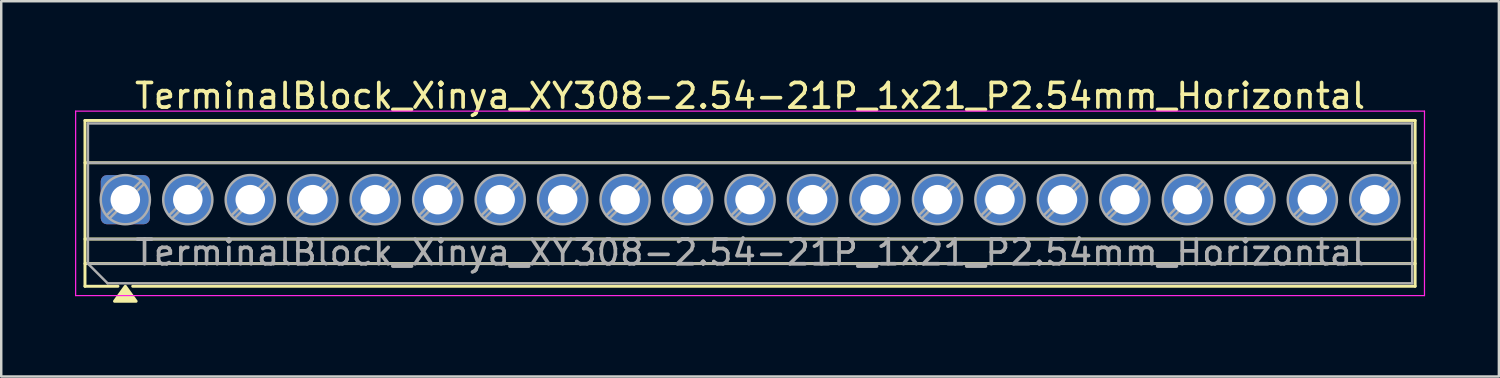
<source format=kicad_pcb>
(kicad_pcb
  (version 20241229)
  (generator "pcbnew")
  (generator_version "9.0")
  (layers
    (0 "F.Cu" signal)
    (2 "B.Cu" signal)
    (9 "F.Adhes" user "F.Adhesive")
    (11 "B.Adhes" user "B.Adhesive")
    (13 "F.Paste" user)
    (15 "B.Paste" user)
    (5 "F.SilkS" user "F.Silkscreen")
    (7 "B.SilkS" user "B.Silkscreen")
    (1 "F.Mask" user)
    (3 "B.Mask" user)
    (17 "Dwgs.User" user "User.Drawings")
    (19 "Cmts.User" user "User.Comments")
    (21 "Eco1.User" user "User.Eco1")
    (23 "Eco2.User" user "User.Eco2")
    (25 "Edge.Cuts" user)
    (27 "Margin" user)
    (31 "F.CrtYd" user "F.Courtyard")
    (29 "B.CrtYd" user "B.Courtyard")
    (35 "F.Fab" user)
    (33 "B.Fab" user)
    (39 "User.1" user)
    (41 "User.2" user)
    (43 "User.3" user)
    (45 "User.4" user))
  (footprint "TerminalBlock_Xinya_XY308-2.54-21P_1x21_P2.54mm_Horizontal"
    (layer "F.Cu")
    (at 2.045 5.068)
    (property "Reference" "TerminalBlock_Xinya_XY308-2.54-21P_1x21_P2.54mm_Horizontal" (at 25.4 -4.22 0) (layer "F.SilkS") (effects (font (size 1 1) (thickness 0.15))))
    (attr through_hole)
    (fp_line (start -1.64 -3.22) (end -1.64 3.52) (stroke (width 0.12) (type solid)) (layer "F.SilkS"))
    (fp_line (start -1.64 -3.22) (end 52.44 -3.22) (stroke (width 0.12) (type solid)) (layer "F.SilkS"))
    (fp_line (start -1.64 -1.5) (end 52.44 -1.5) (stroke (width 0.12) (type solid)) (layer "F.SilkS"))
    (fp_line (start -1.64 1.6) (end 52.44 1.6) (stroke (width 0.12) (type solid)) (layer "F.SilkS"))
    (fp_line (start -1.64 2.6) (end 52.44 2.6) (stroke (width 0.12) (type solid)) (layer "F.SilkS"))
    (fp_line (start -1.64 3.52) (end -0.3 3.52) (stroke (width 0.12) (type solid)) (layer "F.SilkS"))
    (fp_line (start 0.3 3.52) (end 52.44 3.52) (stroke (width 0.12) (type solid)) (layer "F.SilkS"))
    (fp_line (start 52.44 -3.22) (end 52.44 3.52) (stroke (width 0.12) (type solid)) (layer "F.SilkS"))
    (fp_poly (pts (xy 0 3.52) (xy 0.44 4.13) (xy -0.44 4.13)) (stroke (width 0.12) (type solid)) (fill yes) (layer "F.SilkS"))
    (fp_line (start -2.02 -3.6) (end -2.02 3.9) (stroke (width 0.05) (type solid)) (layer "F.CrtYd"))
    (fp_line (start -2.02 3.9) (end 52.82 3.9) (stroke (width 0.05) (type solid)) (layer "F.CrtYd"))
    (fp_line (start 52.82 -3.6) (end -2.02 -3.6) (stroke (width 0.05) (type solid)) (layer "F.CrtYd"))
    (fp_line (start 52.82 3.9) (end 52.82 -3.6) (stroke (width 0.05) (type solid)) (layer "F.CrtYd"))
    (fp_line (start -1.52 -3.1) (end 52.32 -3.1) (stroke (width 0.1) (type solid)) (layer "F.Fab"))
    (fp_line (start -1.52 -1.5) (end 52.32 -1.5) (stroke (width 0.1) (type solid)) (layer "F.Fab"))
    (fp_line (start -1.52 1.6) (end 52.32 1.6) (stroke (width 0.1) (type solid)) (layer "F.Fab"))
    (fp_line (start -1.52 2.6) (end -1.52 -3.1) (stroke (width 0.1) (type solid)) (layer "F.Fab"))
    (fp_line (start -1.52 2.6) (end 52.32 2.6) (stroke (width 0.1) (type solid)) (layer "F.Fab"))
    (fp_line (start -0.72 3.4) (end -1.52 2.6) (stroke (width 0.1) (type solid)) (layer "F.Fab"))
    (fp_line (start 0.636 -0.758) (end -0.758 0.636) (stroke (width 0.1) (type solid)) (layer "F.Fab"))
    (fp_line (start 0.758 -0.636) (end -0.636 0.758) (stroke (width 0.1) (type solid)) (layer "F.Fab"))
    (fp_line (start 3.176 -0.758) (end 1.782 0.636) (stroke (width 0.1) (type solid)) (layer "F.Fab"))
    (fp_line (start 3.298 -0.636) (end 1.904 0.758) (stroke (width 0.1) (type solid)) (layer "F.Fab"))
    (fp_line (start 5.716 -0.758) (end 4.322 0.636) (stroke (width 0.1) (type solid)) (layer "F.Fab"))
    (fp_line (start 5.838 -0.636) (end 4.444 0.758) (stroke (width 0.1) (type solid)) (layer "F.Fab"))
    (fp_line (start 8.256 -0.758) (end 6.862 0.636) (stroke (width 0.1) (type solid)) (layer "F.Fab"))
    (fp_line (start 8.378 -0.636) (end 6.984 0.758) (stroke (width 0.1) (type solid)) (layer "F.Fab"))
    (fp_line (start 10.796 -0.758) (end 9.402 0.636) (stroke (width 0.1) (type solid)) (layer "F.Fab"))
    (fp_line (start 10.918 -0.636) (end 9.524 0.758) (stroke (width 0.1) (type solid)) (layer "F.Fab"))
    (fp_line (start 13.336 -0.758) (end 11.942 0.636) (stroke (width 0.1) (type solid)) (layer "F.Fab"))
    (fp_line (start 13.458 -0.636) (end 12.064 0.758) (stroke (width 0.1) (type solid)) (layer "F.Fab"))
    (fp_line (start 15.876 -0.758) (end 14.482 0.636) (stroke (width 0.1) (type solid)) (layer "F.Fab"))
    (fp_line (start 15.998 -0.636) (end 14.604 0.758) (stroke (width 0.1) (type solid)) (layer "F.Fab"))
    (fp_line (start 18.416 -0.758) (end 17.022 0.636) (stroke (width 0.1) (type solid)) (layer "F.Fab"))
    (fp_line (start 18.538 -0.636) (end 17.144 0.758) (stroke (width 0.1) (type solid)) (layer "F.Fab"))
    (fp_line (start 20.956 -0.758) (end 19.562 0.636) (stroke (width 0.1) (type solid)) (layer "F.Fab"))
    (fp_line (start 21.078 -0.636) (end 19.684 0.758) (stroke (width 0.1) (type solid)) (layer "F.Fab"))
    (fp_line (start 23.496 -0.758) (end 22.102 0.636) (stroke (width 0.1) (type solid)) (layer "F.Fab"))
    (fp_line (start 23.618 -0.636) (end 22.224 0.758) (stroke (width 0.1) (type solid)) (layer "F.Fab"))
    (fp_line (start 26.036 -0.758) (end 24.642 0.636) (stroke (width 0.1) (type solid)) (layer "F.Fab"))
    (fp_line (start 26.158 -0.636) (end 24.764 0.758) (stroke (width 0.1) (type solid)) (layer "F.Fab"))
    (fp_line (start 28.576 -0.758) (end 27.182 0.636) (stroke (width 0.1) (type solid)) (layer "F.Fab"))
    (fp_line (start 28.698 -0.636) (end 27.304 0.758) (stroke (width 0.1) (type solid)) (layer "F.Fab"))
    (fp_line (start 31.116 -0.758) (end 29.722 0.636) (stroke (width 0.1) (type solid)) (layer "F.Fab"))
    (fp_line (start 31.238 -0.636) (end 29.844 0.758) (stroke (width 0.1) (type solid)) (layer "F.Fab"))
    (fp_line (start 33.656 -0.758) (end 32.262 0.636) (stroke (width 0.1) (type solid)) (layer "F.Fab"))
    (fp_line (start 33.778 -0.636) (end 32.384 0.758) (stroke (width 0.1) (type solid)) (layer "F.Fab"))
    (fp_line (start 36.196 -0.758) (end 34.802 0.636) (stroke (width 0.1) (type solid)) (layer "F.Fab"))
    (fp_line (start 36.318 -0.636) (end 34.924 0.758) (stroke (width 0.1) (type solid)) (layer "F.Fab"))
    (fp_line (start 38.736 -0.758) (end 37.342 0.636) (stroke (width 0.1) (type solid)) (layer "F.Fab"))
    (fp_line (start 38.858 -0.636) (end 37.464 0.758) (stroke (width 0.1) (type solid)) (layer "F.Fab"))
    (fp_line (start 41.276 -0.758) (end 39.882 0.636) (stroke (width 0.1) (type solid)) (layer "F.Fab"))
    (fp_line (start 41.398 -0.636) (end 40.004 0.758) (stroke (width 0.1) (type solid)) (layer "F.Fab"))
    (fp_line (start 43.816 -0.758) (end 42.422 0.636) (stroke (width 0.1) (type solid)) (layer "F.Fab"))
    (fp_line (start 43.938 -0.636) (end 42.544 0.758) (stroke (width 0.1) (type solid)) (layer "F.Fab"))
    (fp_line (start 46.356 -0.758) (end 44.962 0.636) (stroke (width 0.1) (type solid)) (layer "F.Fab"))
    (fp_line (start 46.478 -0.636) (end 45.084 0.758) (stroke (width 0.1) (type solid)) (layer "F.Fab"))
    (fp_line (start 48.896 -0.758) (end 47.502 0.636) (stroke (width 0.1) (type solid)) (layer "F.Fab"))
    (fp_line (start 49.018 -0.636) (end 47.624 0.758) (stroke (width 0.1) (type solid)) (layer "F.Fab"))
    (fp_line (start 51.436 -0.758) (end 50.042 0.636) (stroke (width 0.1) (type solid)) (layer "F.Fab"))
    (fp_line (start 51.558 -0.636) (end 50.164 0.758) (stroke (width 0.1) (type solid)) (layer "F.Fab"))
    (fp_line (start 52.32 -3.1) (end 52.32 3.4) (stroke (width 0.1) (type solid)) (layer "F.Fab"))
    (fp_line (start 52.32 3.4) (end -0.72 3.4) (stroke (width 0.1) (type solid)) (layer "F.Fab"))
    (fp_circle (center 0 0) (end 1 0) (stroke (width 0.1) (type solid)) (fill no) (layer "F.Fab"))
    (fp_circle (center 2.54 0) (end 3.54 0) (stroke (width 0.1) (type solid)) (fill no) (layer "F.Fab"))
    (fp_circle (center 5.08 0) (end 6.08 0) (stroke (width 0.1) (type solid)) (fill no) (layer "F.Fab"))
    (fp_circle (center 7.62 0) (end 8.62 0) (stroke (width 0.1) (type solid)) (fill no) (layer "F.Fab"))
    (fp_circle (center 10.16 0) (end 11.16 0) (stroke (width 0.1) (type solid)) (fill no) (layer "F.Fab"))
    (fp_circle (center 12.7 0) (end 13.7 0) (stroke (width 0.1) (type solid)) (fill no) (layer "F.Fab"))
    (fp_circle (center 15.24 0) (end 16.24 0) (stroke (width 0.1) (type solid)) (fill no) (layer "F.Fab"))
    (fp_circle (center 17.78 0) (end 18.78 0) (stroke (width 0.1) (type solid)) (fill no) (layer "F.Fab"))
    (fp_circle (center 20.32 0) (end 21.32 0) (stroke (width 0.1) (type solid)) (fill no) (layer "F.Fab"))
    (fp_circle (center 22.86 0) (end 23.86 0) (stroke (width 0.1) (type solid)) (fill no) (layer "F.Fab"))
    (fp_circle (center 25.4 0) (end 26.4 0) (stroke (width 0.1) (type solid)) (fill no) (layer "F.Fab"))
    (fp_circle (center 27.94 0) (end 28.94 0) (stroke (width 0.1) (type solid)) (fill no) (layer "F.Fab"))
    (fp_circle (center 30.48 0) (end 31.48 0) (stroke (width 0.1) (type solid)) (fill no) (layer "F.Fab"))
    (fp_circle (center 33.02 0) (end 34.02 0) (stroke (width 0.1) (type solid)) (fill no) (layer "F.Fab"))
    (fp_circle (center 35.56 0) (end 36.56 0) (stroke (width 0.1) (type solid)) (fill no) (layer "F.Fab"))
    (fp_circle (center 38.1 0) (end 39.1 0) (stroke (width 0.1) (type solid)) (fill no) (layer "F.Fab"))
    (fp_circle (center 40.64 0) (end 41.64 0) (stroke (width 0.1) (type solid)) (fill no) (layer "F.Fab"))
    (fp_circle (center 43.18 0) (end 44.18 0) (stroke (width 0.1) (type solid)) (fill no) (layer "F.Fab"))
    (fp_circle (center 45.72 0) (end 46.72 0) (stroke (width 0.1) (type solid)) (fill no) (layer "F.Fab"))
    (fp_circle (center 48.26 0) (end 49.26 0) (stroke (width 0.1) (type solid)) (fill no) (layer "F.Fab"))
    (fp_circle (center 50.8 0) (end 51.8 0) (stroke (width 0.1) (type solid)) (fill no) (layer "F.Fab"))
    (fp_text user "${REFERENCE}" (at 25.4 2.15 0) (layer "F.Fab") (effects (font (size 1 1) (thickness 0.15))))
    (pad "1" thru_hole roundrect (at 0 0) (size 2 2) (drill 1.2) (layers "*.Cu" "*.Mask") (roundrect_rratio 0.125))
    (pad "2" thru_hole circle (at 2.54 0) (size 2 2) (drill 1.2) (layers "*.Cu" "*.Mask"))
    (pad "3" thru_hole circle (at 5.08 0) (size 2 2) (drill 1.2) (layers "*.Cu" "*.Mask"))
    (pad "4" thru_hole circle (at 7.62 0) (size 2 2) (drill 1.2) (layers "*.Cu" "*.Mask"))
    (pad "5" thru_hole circle (at 10.16 0) (size 2 2) (drill 1.2) (layers "*.Cu" "*.Mask"))
    (pad "6" thru_hole circle (at 12.7 0) (size 2 2) (drill 1.2) (layers "*.Cu" "*.Mask"))
    (pad "7" thru_hole circle (at 15.24 0) (size 2 2) (drill 1.2) (layers "*.Cu" "*.Mask"))
    (pad "8" thru_hole circle (at 17.78 0) (size 2 2) (drill 1.2) (layers "*.Cu" "*.Mask"))
    (pad "9" thru_hole circle (at 20.32 0) (size 2 2) (drill 1.2) (layers "*.Cu" "*.Mask"))
    (pad "10" thru_hole circle (at 22.86 0) (size 2 2) (drill 1.2) (layers "*.Cu" "*.Mask"))
    (pad "11" thru_hole circle (at 25.4 0) (size 2 2) (drill 1.2) (layers "*.Cu" "*.Mask"))
    (pad "12" thru_hole circle (at 27.94 0) (size 2 2) (drill 1.2) (layers "*.Cu" "*.Mask"))
    (pad "13" thru_hole circle (at 30.48 0) (size 2 2) (drill 1.2) (layers "*.Cu" "*.Mask"))
    (pad "14" thru_hole circle (at 33.02 0) (size 2 2) (drill 1.2) (layers "*.Cu" "*.Mask"))
    (pad "15" thru_hole circle (at 35.56 0) (size 2 2) (drill 1.2) (layers "*.Cu" "*.Mask"))
    (pad "16" thru_hole circle (at 38.1 0) (size 2 2) (drill 1.2) (layers "*.Cu" "*.Mask"))
    (pad "17" thru_hole circle (at 40.64 0) (size 2 2) (drill 1.2) (layers "*.Cu" "*.Mask"))
    (pad "18" thru_hole circle (at 43.18 0) (size 2 2) (drill 1.2) (layers "*.Cu" "*.Mask"))
    (pad "19" thru_hole circle (at 45.72 0) (size 2 2) (drill 1.2) (layers "*.Cu" "*.Mask"))
    (pad "20" thru_hole circle (at 48.26 0) (size 2 2) (drill 1.2) (layers "*.Cu" "*.Mask"))
    (pad "21" thru_hole circle (at 50.8 0) (size 2 2) (drill 1.2) (layers "*.Cu" "*.Mask")))
  (gr_rect
    (start -3 -3)
    (end 57.89 12.258)
    (stroke (width 0.1) (type default))
    (fill no)
    (layer "Edge.Cuts")))
</source>
